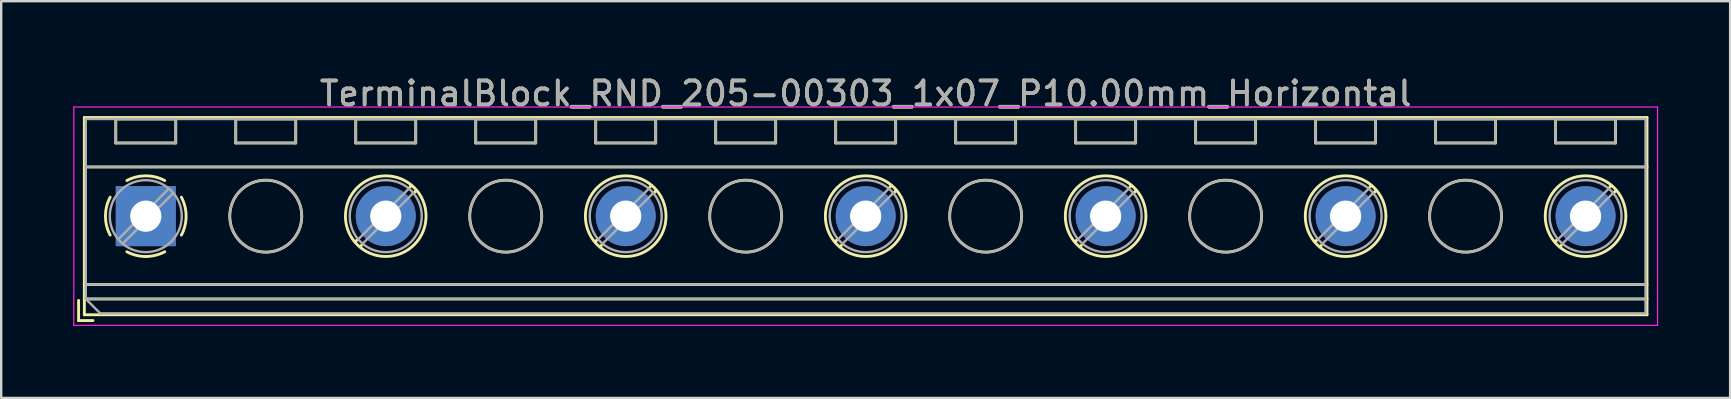
<source format=kicad_pcb>
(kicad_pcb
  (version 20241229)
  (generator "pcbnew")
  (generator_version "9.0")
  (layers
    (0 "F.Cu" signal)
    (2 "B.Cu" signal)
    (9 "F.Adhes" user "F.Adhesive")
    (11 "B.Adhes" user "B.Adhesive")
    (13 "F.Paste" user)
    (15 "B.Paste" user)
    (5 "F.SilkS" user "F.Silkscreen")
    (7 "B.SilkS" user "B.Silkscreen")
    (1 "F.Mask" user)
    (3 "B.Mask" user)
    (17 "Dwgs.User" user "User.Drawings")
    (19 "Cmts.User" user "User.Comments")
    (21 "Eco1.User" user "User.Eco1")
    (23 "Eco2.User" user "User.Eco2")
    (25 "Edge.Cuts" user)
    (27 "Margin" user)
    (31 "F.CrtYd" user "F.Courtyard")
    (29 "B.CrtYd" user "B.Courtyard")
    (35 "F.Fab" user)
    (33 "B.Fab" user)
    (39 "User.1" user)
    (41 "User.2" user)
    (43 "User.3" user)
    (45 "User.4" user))
  (footprint "TerminalBlock_RND_205-00303_1x07_P10.00mm_Horizontal"
    (layer "F.Cu")
    (at 3.025 5.958)
    (property "Reference" "TerminalBlock_RND_205-00303_1x07_P10.00mm_Horizontal" (at 30 -5.11 0) (layer "F.SilkS") (effects (font (size 1 1) (thickness 0.15))))
    (attr through_hole)
    (fp_line (start -2.8 3.51) (end -2.8 4.35) (stroke (width 0.12) (type solid)) (layer "F.SilkS"))
    (fp_line (start -2.8 4.35) (end -2.2 4.35) (stroke (width 0.12) (type solid)) (layer "F.SilkS"))
    (fp_line (start -2.56 -4.11) (end -2.56 4.11) (stroke (width 0.12) (type solid)) (layer "F.SilkS"))
    (fp_line (start -2.56 -4.11) (end 62.56 -4.11) (stroke (width 0.12) (type solid)) (layer "F.SilkS"))
    (fp_line (start -2.56 -2.05) (end 62.56 -2.05) (stroke (width 0.12) (type solid)) (layer "F.SilkS"))
    (fp_line (start -2.56 2.85) (end 62.56 2.85) (stroke (width 0.12) (type solid)) (layer "F.SilkS"))
    (fp_line (start -2.56 3.45) (end 62.56 3.45) (stroke (width 0.12) (type solid)) (layer "F.SilkS"))
    (fp_line (start -2.56 4.11) (end 62.56 4.11) (stroke (width 0.12) (type solid)) (layer "F.SilkS"))
    (fp_line (start -1.25 -4.05) (end -1.25 -3.05) (stroke (width 0.12) (type solid)) (layer "F.SilkS"))
    (fp_line (start -1.25 -4.05) (end 1.25 -4.05) (stroke (width 0.12) (type solid)) (layer "F.SilkS"))
    (fp_line (start -1.25 -3.05) (end 1.25 -3.05) (stroke (width 0.12) (type solid)) (layer "F.SilkS"))
    (fp_line (start 1.25 -4.05) (end 1.25 -3.05) (stroke (width 0.12) (type solid)) (layer "F.SilkS"))
    (fp_line (start 3.75 -4.05) (end 3.75 -3.05) (stroke (width 0.12) (type solid)) (layer "F.SilkS"))
    (fp_line (start 3.75 -4.05) (end 6.25 -4.05) (stroke (width 0.12) (type solid)) (layer "F.SilkS"))
    (fp_line (start 3.75 -3.05) (end 6.25 -3.05) (stroke (width 0.12) (type solid)) (layer "F.SilkS"))
    (fp_line (start 6.25 -4.05) (end 6.25 -3.05) (stroke (width 0.12) (type solid)) (layer "F.SilkS"))
    (fp_line (start 8.75 -4.05) (end 8.75 -3.05) (stroke (width 0.12) (type solid)) (layer "F.SilkS"))
    (fp_line (start 8.75 -4.05) (end 11.25 -4.05) (stroke (width 0.12) (type solid)) (layer "F.SilkS"))
    (fp_line (start 8.75 -3.05) (end 11.25 -3.05) (stroke (width 0.12) (type solid)) (layer "F.SilkS"))
    (fp_line (start 8.82 0.976) (end 8.726 1.069) (stroke (width 0.12) (type solid)) (layer "F.SilkS"))
    (fp_line (start 8.99 1.216) (end 8.931 1.274) (stroke (width 0.12) (type solid)) (layer "F.SilkS"))
    (fp_line (start 11.07 -1.275) (end 11.011 -1.216) (stroke (width 0.12) (type solid)) (layer "F.SilkS"))
    (fp_line (start 11.25 -4.05) (end 11.25 -3.05) (stroke (width 0.12) (type solid)) (layer "F.SilkS"))
    (fp_line (start 11.275 -1.069) (end 11.181 -0.976) (stroke (width 0.12) (type solid)) (layer "F.SilkS"))
    (fp_line (start 13.75 -4.05) (end 13.75 -3.05) (stroke (width 0.12) (type solid)) (layer "F.SilkS"))
    (fp_line (start 13.75 -4.05) (end 16.25 -4.05) (stroke (width 0.12) (type solid)) (layer "F.SilkS"))
    (fp_line (start 13.75 -3.05) (end 16.25 -3.05) (stroke (width 0.12) (type solid)) (layer "F.SilkS"))
    (fp_line (start 16.25 -4.05) (end 16.25 -3.05) (stroke (width 0.12) (type solid)) (layer "F.SilkS"))
    (fp_line (start 18.75 -4.05) (end 18.75 -3.05) (stroke (width 0.12) (type solid)) (layer "F.SilkS"))
    (fp_line (start 18.75 -4.05) (end 21.25 -4.05) (stroke (width 0.12) (type solid)) (layer "F.SilkS"))
    (fp_line (start 18.75 -3.05) (end 21.25 -3.05) (stroke (width 0.12) (type solid)) (layer "F.SilkS"))
    (fp_line (start 18.82 0.976) (end 18.726 1.069) (stroke (width 0.12) (type solid)) (layer "F.SilkS"))
    (fp_line (start 18.99 1.216) (end 18.931 1.274) (stroke (width 0.12) (type solid)) (layer "F.SilkS"))
    (fp_line (start 21.07 -1.275) (end 21.011 -1.216) (stroke (width 0.12) (type solid)) (layer "F.SilkS"))
    (fp_line (start 21.25 -4.05) (end 21.25 -3.05) (stroke (width 0.12) (type solid)) (layer "F.SilkS"))
    (fp_line (start 21.275 -1.069) (end 21.181 -0.976) (stroke (width 0.12) (type solid)) (layer "F.SilkS"))
    (fp_line (start 23.75 -4.05) (end 23.75 -3.05) (stroke (width 0.12) (type solid)) (layer "F.SilkS"))
    (fp_line (start 23.75 -4.05) (end 26.25 -4.05) (stroke (width 0.12) (type solid)) (layer "F.SilkS"))
    (fp_line (start 23.75 -3.05) (end 26.25 -3.05) (stroke (width 0.12) (type solid)) (layer "F.SilkS"))
    (fp_line (start 26.25 -4.05) (end 26.25 -3.05) (stroke (width 0.12) (type solid)) (layer "F.SilkS"))
    (fp_line (start 28.75 -4.05) (end 28.75 -3.05) (stroke (width 0.12) (type solid)) (layer "F.SilkS"))
    (fp_line (start 28.75 -4.05) (end 31.25 -4.05) (stroke (width 0.12) (type solid)) (layer "F.SilkS"))
    (fp_line (start 28.75 -3.05) (end 31.25 -3.05) (stroke (width 0.12) (type solid)) (layer "F.SilkS"))
    (fp_line (start 28.82 0.976) (end 28.726 1.069) (stroke (width 0.12) (type solid)) (layer "F.SilkS"))
    (fp_line (start 28.99 1.216) (end 28.931 1.274) (stroke (width 0.12) (type solid)) (layer "F.SilkS"))
    (fp_line (start 31.07 -1.275) (end 31.011 -1.216) (stroke (width 0.12) (type solid)) (layer "F.SilkS"))
    (fp_line (start 31.25 -4.05) (end 31.25 -3.05) (stroke (width 0.12) (type solid)) (layer "F.SilkS"))
    (fp_line (start 31.275 -1.069) (end 31.181 -0.976) (stroke (width 0.12) (type solid)) (layer "F.SilkS"))
    (fp_line (start 33.75 -4.05) (end 33.75 -3.05) (stroke (width 0.12) (type solid)) (layer "F.SilkS"))
    (fp_line (start 33.75 -4.05) (end 36.25 -4.05) (stroke (width 0.12) (type solid)) (layer "F.SilkS"))
    (fp_line (start 33.75 -3.05) (end 36.25 -3.05) (stroke (width 0.12) (type solid)) (layer "F.SilkS"))
    (fp_line (start 36.25 -4.05) (end 36.25 -3.05) (stroke (width 0.12) (type solid)) (layer "F.SilkS"))
    (fp_line (start 38.75 -4.05) (end 38.75 -3.05) (stroke (width 0.12) (type solid)) (layer "F.SilkS"))
    (fp_line (start 38.75 -4.05) (end 41.25 -4.05) (stroke (width 0.12) (type solid)) (layer "F.SilkS"))
    (fp_line (start 38.75 -3.05) (end 41.25 -3.05) (stroke (width 0.12) (type solid)) (layer "F.SilkS"))
    (fp_line (start 38.82 0.976) (end 38.726 1.069) (stroke (width 0.12) (type solid)) (layer "F.SilkS"))
    (fp_line (start 38.99 1.216) (end 38.931 1.274) (stroke (width 0.12) (type solid)) (layer "F.SilkS"))
    (fp_line (start 41.07 -1.275) (end 41.011 -1.216) (stroke (width 0.12) (type solid)) (layer "F.SilkS"))
    (fp_line (start 41.25 -4.05) (end 41.25 -3.05) (stroke (width 0.12) (type solid)) (layer "F.SilkS"))
    (fp_line (start 41.275 -1.069) (end 41.181 -0.976) (stroke (width 0.12) (type solid)) (layer "F.SilkS"))
    (fp_line (start 43.75 -4.05) (end 43.75 -3.05) (stroke (width 0.12) (type solid)) (layer "F.SilkS"))
    (fp_line (start 43.75 -4.05) (end 46.25 -4.05) (stroke (width 0.12) (type solid)) (layer "F.SilkS"))
    (fp_line (start 43.75 -3.05) (end 46.25 -3.05) (stroke (width 0.12) (type solid)) (layer "F.SilkS"))
    (fp_line (start 46.25 -4.05) (end 46.25 -3.05) (stroke (width 0.12) (type solid)) (layer "F.SilkS"))
    (fp_line (start 48.75 -4.05) (end 48.75 -3.05) (stroke (width 0.12) (type solid)) (layer "F.SilkS"))
    (fp_line (start 48.75 -4.05) (end 51.25 -4.05) (stroke (width 0.12) (type solid)) (layer "F.SilkS"))
    (fp_line (start 48.75 -3.05) (end 51.25 -3.05) (stroke (width 0.12) (type solid)) (layer "F.SilkS"))
    (fp_line (start 48.82 0.976) (end 48.726 1.069) (stroke (width 0.12) (type solid)) (layer "F.SilkS"))
    (fp_line (start 48.99 1.216) (end 48.931 1.274) (stroke (width 0.12) (type solid)) (layer "F.SilkS"))
    (fp_line (start 51.07 -1.275) (end 51.011 -1.216) (stroke (width 0.12) (type solid)) (layer "F.SilkS"))
    (fp_line (start 51.25 -4.05) (end 51.25 -3.05) (stroke (width 0.12) (type solid)) (layer "F.SilkS"))
    (fp_line (start 51.275 -1.069) (end 51.181 -0.976) (stroke (width 0.12) (type solid)) (layer "F.SilkS"))
    (fp_line (start 53.75 -4.05) (end 53.75 -3.05) (stroke (width 0.12) (type solid)) (layer "F.SilkS"))
    (fp_line (start 53.75 -4.05) (end 56.25 -4.05) (stroke (width 0.12) (type solid)) (layer "F.SilkS"))
    (fp_line (start 53.75 -3.05) (end 56.25 -3.05) (stroke (width 0.12) (type solid)) (layer "F.SilkS"))
    (fp_line (start 56.25 -4.05) (end 56.25 -3.05) (stroke (width 0.12) (type solid)) (layer "F.SilkS"))
    (fp_line (start 58.75 -4.05) (end 58.75 -3.05) (stroke (width 0.12) (type solid)) (layer "F.SilkS"))
    (fp_line (start 58.75 -4.05) (end 61.25 -4.05) (stroke (width 0.12) (type solid)) (layer "F.SilkS"))
    (fp_line (start 58.75 -3.05) (end 61.25 -3.05) (stroke (width 0.12) (type solid)) (layer "F.SilkS"))
    (fp_line (start 58.82 0.976) (end 58.726 1.069) (stroke (width 0.12) (type solid)) (layer "F.SilkS"))
    (fp_line (start 58.99 1.216) (end 58.931 1.274) (stroke (width 0.12) (type solid)) (layer "F.SilkS"))
    (fp_line (start 61.07 -1.275) (end 61.011 -1.216) (stroke (width 0.12) (type solid)) (layer "F.SilkS"))
    (fp_line (start 61.25 -4.05) (end 61.25 -3.05) (stroke (width 0.12) (type solid)) (layer "F.SilkS"))
    (fp_line (start 61.275 -1.069) (end 61.181 -0.976) (stroke (width 0.12) (type solid)) (layer "F.SilkS"))
    (fp_line (start 62.56 -4.11) (end 62.56 4.11) (stroke (width 0.12) (type solid)) (layer "F.SilkS"))
    (fp_arc (start -1.483953 0.789089) (mid -1.680708 0.00005) (end -1.484 -0.789) (stroke (width 0.12) (type solid)) (layer "F.SilkS"))
    (fp_arc (start -0.789089 -1.483953) (mid -0.00005 -1.680708) (end 0.789 -1.484) (stroke (width 0.12) (type solid)) (layer "F.SilkS"))
    (fp_arc (start 0.029383 1.68045) (mid -0.392304 1.634281) (end -0.789 1.484) (stroke (width 0.12) (type solid)) (layer "F.SilkS"))
    (fp_arc (start 0.788712 1.483352) (mid 0.406429 1.630097) (end 0 1.68) (stroke (width 0.12) (type solid)) (layer "F.SilkS"))
    (fp_arc (start 1.483953 -0.789089) (mid 1.680708 -0.00005) (end 1.484 0.789) (stroke (width 0.12) (type solid)) (layer "F.SilkS"))
    (fp_circle (center 5 0) (end 6.5 0) (stroke (width 0.12) (type solid)) (fill no) (layer "F.SilkS"))
    (fp_circle (center 10 0) (end 11.68 0) (stroke (width 0.12) (type solid)) (fill no) (layer "F.SilkS"))
    (fp_circle (center 15 0) (end 16.5 0) (stroke (width 0.12) (type solid)) (fill no) (layer "F.SilkS"))
    (fp_circle (center 20 0) (end 21.68 0) (stroke (width 0.12) (type solid)) (fill no) (layer "F.SilkS"))
    (fp_circle (center 25 0) (end 26.5 0) (stroke (width 0.12) (type solid)) (fill no) (layer "F.SilkS"))
    (fp_circle (center 30 0) (end 31.68 0) (stroke (width 0.12) (type solid)) (fill no) (layer "F.SilkS"))
    (fp_circle (center 35 0) (end 36.5 0) (stroke (width 0.12) (type solid)) (fill no) (layer "F.SilkS"))
    (fp_circle (center 40 0) (end 41.68 0) (stroke (width 0.12) (type solid)) (fill no) (layer "F.SilkS"))
    (fp_circle (center 45 0) (end 46.5 0) (stroke (width 0.12) (type solid)) (fill no) (layer "F.SilkS"))
    (fp_circle (center 50 0) (end 51.68 0) (stroke (width 0.12) (type solid)) (fill no) (layer "F.SilkS"))
    (fp_circle (center 55 0) (end 56.5 0) (stroke (width 0.12) (type solid)) (fill no) (layer "F.SilkS"))
    (fp_circle (center 60 0) (end 61.68 0) (stroke (width 0.12) (type solid)) (fill no) (layer "F.SilkS"))
    (fp_line (start -3 -4.55) (end -3 4.55) (stroke (width 0.05) (type solid)) (layer "F.CrtYd"))
    (fp_line (start -3 4.55) (end 63 4.55) (stroke (width 0.05) (type solid)) (layer "F.CrtYd"))
    (fp_line (start 63 -4.55) (end -3 -4.55) (stroke (width 0.05) (type solid)) (layer "F.CrtYd"))
    (fp_line (start 63 4.55) (end 63 -4.55) (stroke (width 0.05) (type solid)) (layer "F.CrtYd"))
    (fp_line (start -2.5 -4.05) (end 62.5 -4.05) (stroke (width 0.1) (type solid)) (layer "F.Fab"))
    (fp_line (start -2.5 -2.05) (end 62.5 -2.05) (stroke (width 0.1) (type solid)) (layer "F.Fab"))
    (fp_line (start -2.5 2.85) (end 62.5 2.85) (stroke (width 0.1) (type solid)) (layer "F.Fab"))
    (fp_line (start -2.5 3.45) (end -2.5 -4.05) (stroke (width 0.1) (type solid)) (layer "F.Fab"))
    (fp_line (start -2.5 3.45) (end 62.5 3.45) (stroke (width 0.1) (type solid)) (layer "F.Fab"))
    (fp_line (start -1.9 4.05) (end -2.5 3.45) (stroke (width 0.1) (type solid)) (layer "F.Fab"))
    (fp_line (start -1.25 -4.05) (end -1.25 -3.05) (stroke (width 0.1) (type solid)) (layer "F.Fab"))
    (fp_line (start -1.25 -3.05) (end 1.25 -3.05) (stroke (width 0.1) (type solid)) (layer "F.Fab"))
    (fp_line (start 0.955 -1.138) (end -1.138 0.955) (stroke (width 0.1) (type solid)) (layer "F.Fab"))
    (fp_line (start 1.138 -0.955) (end -0.955 1.138) (stroke (width 0.1) (type solid)) (layer "F.Fab"))
    (fp_line (start 1.25 -4.05) (end -1.25 -4.05) (stroke (width 0.1) (type solid)) (layer "F.Fab"))
    (fp_line (start 1.25 -3.05) (end 1.25 -4.05) (stroke (width 0.1) (type solid)) (layer "F.Fab"))
    (fp_line (start 3.75 -4.05) (end 3.75 -3.05) (stroke (width 0.1) (type solid)) (layer "F.Fab"))
    (fp_line (start 3.75 -3.05) (end 6.25 -3.05) (stroke (width 0.1) (type solid)) (layer "F.Fab"))
    (fp_line (start 6.25 -4.05) (end 3.75 -4.05) (stroke (width 0.1) (type solid)) (layer "F.Fab"))
    (fp_line (start 6.25 -3.05) (end 6.25 -4.05) (stroke (width 0.1) (type solid)) (layer "F.Fab"))
    (fp_line (start 8.75 -4.05) (end 8.75 -3.05) (stroke (width 0.1) (type solid)) (layer "F.Fab"))
    (fp_line (start 8.75 -3.05) (end 11.25 -3.05) (stroke (width 0.1) (type solid)) (layer "F.Fab"))
    (fp_line (start 10.955 -1.138) (end 8.863 0.955) (stroke (width 0.1) (type solid)) (layer "F.Fab"))
    (fp_line (start 11.138 -0.955) (end 9.046 1.138) (stroke (width 0.1) (type solid)) (layer "F.Fab"))
    (fp_line (start 11.25 -4.05) (end 8.75 -4.05) (stroke (width 0.1) (type solid)) (layer "F.Fab"))
    (fp_line (start 11.25 -3.05) (end 11.25 -4.05) (stroke (width 0.1) (type solid)) (layer "F.Fab"))
    (fp_line (start 13.75 -4.05) (end 13.75 -3.05) (stroke (width 0.1) (type solid)) (layer "F.Fab"))
    (fp_line (start 13.75 -3.05) (end 16.25 -3.05) (stroke (width 0.1) (type solid)) (layer "F.Fab"))
    (fp_line (start 16.25 -4.05) (end 13.75 -4.05) (stroke (width 0.1) (type solid)) (layer "F.Fab"))
    (fp_line (start 16.25 -3.05) (end 16.25 -4.05) (stroke (width 0.1) (type solid)) (layer "F.Fab"))
    (fp_line (start 18.75 -4.05) (end 18.75 -3.05) (stroke (width 0.1) (type solid)) (layer "F.Fab"))
    (fp_line (start 18.75 -3.05) (end 21.25 -3.05) (stroke (width 0.1) (type solid)) (layer "F.Fab"))
    (fp_line (start 20.955 -1.138) (end 18.863 0.955) (stroke (width 0.1) (type solid)) (layer "F.Fab"))
    (fp_line (start 21.138 -0.955) (end 19.046 1.138) (stroke (width 0.1) (type solid)) (layer "F.Fab"))
    (fp_line (start 21.25 -4.05) (end 18.75 -4.05) (stroke (width 0.1) (type solid)) (layer "F.Fab"))
    (fp_line (start 21.25 -3.05) (end 21.25 -4.05) (stroke (width 0.1) (type solid)) (layer "F.Fab"))
    (fp_line (start 23.75 -4.05) (end 23.75 -3.05) (stroke (width 0.1) (type solid)) (layer "F.Fab"))
    (fp_line (start 23.75 -3.05) (end 26.25 -3.05) (stroke (width 0.1) (type solid)) (layer "F.Fab"))
    (fp_line (start 26.25 -4.05) (end 23.75 -4.05) (stroke (width 0.1) (type solid)) (layer "F.Fab"))
    (fp_line (start 26.25 -3.05) (end 26.25 -4.05) (stroke (width 0.1) (type solid)) (layer "F.Fab"))
    (fp_line (start 28.75 -4.05) (end 28.75 -3.05) (stroke (width 0.1) (type solid)) (layer "F.Fab"))
    (fp_line (start 28.75 -3.05) (end 31.25 -3.05) (stroke (width 0.1) (type solid)) (layer "F.Fab"))
    (fp_line (start 30.955 -1.138) (end 28.863 0.955) (stroke (width 0.1) (type solid)) (layer "F.Fab"))
    (fp_line (start 31.138 -0.955) (end 29.046 1.138) (stroke (width 0.1) (type solid)) (layer "F.Fab"))
    (fp_line (start 31.25 -4.05) (end 28.75 -4.05) (stroke (width 0.1) (type solid)) (layer "F.Fab"))
    (fp_line (start 31.25 -3.05) (end 31.25 -4.05) (stroke (width 0.1) (type solid)) (layer "F.Fab"))
    (fp_line (start 33.75 -4.05) (end 33.75 -3.05) (stroke (width 0.1) (type solid)) (layer "F.Fab"))
    (fp_line (start 33.75 -3.05) (end 36.25 -3.05) (stroke (width 0.1) (type solid)) (layer "F.Fab"))
    (fp_line (start 36.25 -4.05) (end 33.75 -4.05) (stroke (width 0.1) (type solid)) (layer "F.Fab"))
    (fp_line (start 36.25 -3.05) (end 36.25 -4.05) (stroke (width 0.1) (type solid)) (layer "F.Fab"))
    (fp_line (start 38.75 -4.05) (end 38.75 -3.05) (stroke (width 0.1) (type solid)) (layer "F.Fab"))
    (fp_line (start 38.75 -3.05) (end 41.25 -3.05) (stroke (width 0.1) (type solid)) (layer "F.Fab"))
    (fp_line (start 40.955 -1.138) (end 38.863 0.955) (stroke (width 0.1) (type solid)) (layer "F.Fab"))
    (fp_line (start 41.138 -0.955) (end 39.046 1.138) (stroke (width 0.1) (type solid)) (layer "F.Fab"))
    (fp_line (start 41.25 -4.05) (end 38.75 -4.05) (stroke (width 0.1) (type solid)) (layer "F.Fab"))
    (fp_line (start 41.25 -3.05) (end 41.25 -4.05) (stroke (width 0.1) (type solid)) (layer "F.Fab"))
    (fp_line (start 43.75 -4.05) (end 43.75 -3.05) (stroke (width 0.1) (type solid)) (layer "F.Fab"))
    (fp_line (start 43.75 -3.05) (end 46.25 -3.05) (stroke (width 0.1) (type solid)) (layer "F.Fab"))
    (fp_line (start 46.25 -4.05) (end 43.75 -4.05) (stroke (width 0.1) (type solid)) (layer "F.Fab"))
    (fp_line (start 46.25 -3.05) (end 46.25 -4.05) (stroke (width 0.1) (type solid)) (layer "F.Fab"))
    (fp_line (start 48.75 -4.05) (end 48.75 -3.05) (stroke (width 0.1) (type solid)) (layer "F.Fab"))
    (fp_line (start 48.75 -3.05) (end 51.25 -3.05) (stroke (width 0.1) (type solid)) (layer "F.Fab"))
    (fp_line (start 50.955 -1.138) (end 48.863 0.955) (stroke (width 0.1) (type solid)) (layer "F.Fab"))
    (fp_line (start 51.138 -0.955) (end 49.046 1.138) (stroke (width 0.1) (type solid)) (layer "F.Fab"))
    (fp_line (start 51.25 -4.05) (end 48.75 -4.05) (stroke (width 0.1) (type solid)) (layer "F.Fab"))
    (fp_line (start 51.25 -3.05) (end 51.25 -4.05) (stroke (width 0.1) (type solid)) (layer "F.Fab"))
    (fp_line (start 53.75 -4.05) (end 53.75 -3.05) (stroke (width 0.1) (type solid)) (layer "F.Fab"))
    (fp_line (start 53.75 -3.05) (end 56.25 -3.05) (stroke (width 0.1) (type solid)) (layer "F.Fab"))
    (fp_line (start 56.25 -4.05) (end 53.75 -4.05) (stroke (width 0.1) (type solid)) (layer "F.Fab"))
    (fp_line (start 56.25 -3.05) (end 56.25 -4.05) (stroke (width 0.1) (type solid)) (layer "F.Fab"))
    (fp_line (start 58.75 -4.05) (end 58.75 -3.05) (stroke (width 0.1) (type solid)) (layer "F.Fab"))
    (fp_line (start 58.75 -3.05) (end 61.25 -3.05) (stroke (width 0.1) (type solid)) (layer "F.Fab"))
    (fp_line (start 60.955 -1.138) (end 58.863 0.955) (stroke (width 0.1) (type solid)) (layer "F.Fab"))
    (fp_line (start 61.138 -0.955) (end 59.046 1.138) (stroke (width 0.1) (type solid)) (layer "F.Fab"))
    (fp_line (start 61.25 -4.05) (end 58.75 -4.05) (stroke (width 0.1) (type solid)) (layer "F.Fab"))
    (fp_line (start 61.25 -3.05) (end 61.25 -4.05) (stroke (width 0.1) (type solid)) (layer "F.Fab"))
    (fp_line (start 62.5 -4.05) (end 62.5 4.05) (stroke (width 0.1) (type solid)) (layer "F.Fab"))
    (fp_line (start 62.5 4.05) (end -1.9 4.05) (stroke (width 0.1) (type solid)) (layer "F.Fab"))
    (fp_circle (center 0 0) (end 1.5 0) (stroke (width 0.1) (type solid)) (fill no) (layer "F.Fab"))
    (fp_circle (center 5 0) (end 6.5 0) (stroke (width 0.1) (type solid)) (fill no) (layer "F.Fab"))
    (fp_circle (center 10 0) (end 11.5 0) (stroke (width 0.1) (type solid)) (fill no) (layer "F.Fab"))
    (fp_circle (center 15 0) (end 16.5 0) (stroke (width 0.1) (type solid)) (fill no) (layer "F.Fab"))
    (fp_circle (center 20 0) (end 21.5 0) (stroke (width 0.1) (type solid)) (fill no) (layer "F.Fab"))
    (fp_circle (center 25 0) (end 26.5 0) (stroke (width 0.1) (type solid)) (fill no) (layer "F.Fab"))
    (fp_circle (center 30 0) (end 31.5 0) (stroke (width 0.1) (type solid)) (fill no) (layer "F.Fab"))
    (fp_circle (center 35 0) (end 36.5 0) (stroke (width 0.1) (type solid)) (fill no) (layer "F.Fab"))
    (fp_circle (center 40 0) (end 41.5 0) (stroke (width 0.1) (type solid)) (fill no) (layer "F.Fab"))
    (fp_circle (center 45 0) (end 46.5 0) (stroke (width 0.1) (type solid)) (fill no) (layer "F.Fab"))
    (fp_circle (center 50 0) (end 51.5 0) (stroke (width 0.1) (type solid)) (fill no) (layer "F.Fab"))
    (fp_circle (center 55 0) (end 56.5 0) (stroke (width 0.1) (type solid)) (fill no) (layer "F.Fab"))
    (fp_circle (center 60 0) (end 61.5 0) (stroke (width 0.1) (type solid)) (fill no) (layer "F.Fab"))
    (fp_text user "${REFERENCE}" (at 30 -5.11 0) (layer "F.Fab") (effects (font (size 1 1) (thickness 0.15))))
    (pad "1" thru_hole rect (at 0 0) (size 2.5 2.5) (drill 1.3) (layers "*.Cu" "*.Mask"))
    (pad "2" thru_hole circle (at 10 0) (size 2.5 2.5) (drill 1.3) (layers "*.Cu" "*.Mask"))
    (pad "3" thru_hole circle (at 20 0) (size 2.5 2.5) (drill 1.3) (layers "*.Cu" "*.Mask"))
    (pad "4" thru_hole circle (at 30 0) (size 2.5 2.5) (drill 1.3) (layers "*.Cu" "*.Mask"))
    (pad "5" thru_hole circle (at 40 0) (size 2.5 2.5) (drill 1.3) (layers "*.Cu" "*.Mask"))
    (pad "6" thru_hole circle (at 50 0) (size 2.5 2.5) (drill 1.3) (layers "*.Cu" "*.Mask"))
    (pad "7" thru_hole circle (at 60 0) (size 2.5 2.5) (drill 1.3) (layers "*.Cu" "*.Mask")))
  (gr_rect
    (start -3 -3)
    (end 69.05 13.533)
    (stroke (width 0.1) (type default))
    (fill no)
    (layer "Edge.Cuts")))
</source>
